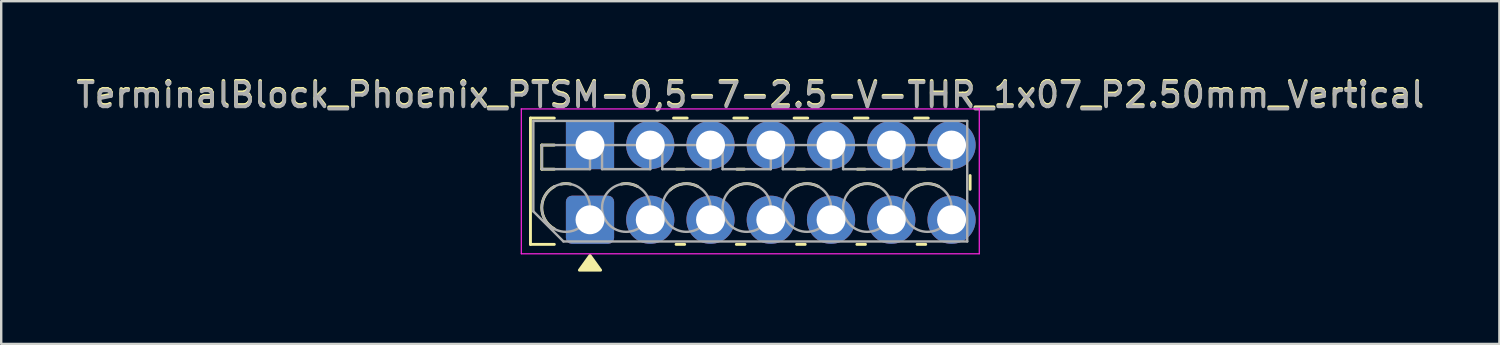
<source format=kicad_pcb>
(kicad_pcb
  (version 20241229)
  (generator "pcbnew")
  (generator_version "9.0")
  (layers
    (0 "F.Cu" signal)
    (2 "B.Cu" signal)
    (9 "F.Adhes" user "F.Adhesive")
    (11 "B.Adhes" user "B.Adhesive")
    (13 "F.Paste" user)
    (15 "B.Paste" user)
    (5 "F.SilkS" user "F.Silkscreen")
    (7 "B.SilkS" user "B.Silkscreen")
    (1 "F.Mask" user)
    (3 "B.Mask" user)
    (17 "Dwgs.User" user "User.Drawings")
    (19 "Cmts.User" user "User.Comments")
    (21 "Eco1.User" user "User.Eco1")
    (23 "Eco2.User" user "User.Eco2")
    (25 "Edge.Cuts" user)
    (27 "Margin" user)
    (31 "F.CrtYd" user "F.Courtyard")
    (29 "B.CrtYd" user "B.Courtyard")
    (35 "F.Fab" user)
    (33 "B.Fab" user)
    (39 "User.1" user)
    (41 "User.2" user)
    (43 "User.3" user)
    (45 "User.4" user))
  (footprint "TerminalBlock_Phoenix_PTSM-0,5-7-2.5-V-THR_1x07_P2.50mm_Vertical"
    (layer "F.Cu")
    (at 21.427 6.068)
    (property "Reference" "TerminalBlock_Phoenix_PTSM-0,5-7-2.5-V-THR_1x07_P2.50mm_Vertical" (at 6.65 -5.22 0) (layer "F.SilkS") (effects (font (size 1 1) (thickness 0.15))))
    (attr through_hole)
    (fp_line (start -2.47 -4.22) (end -1.48 -4.22) (stroke (width 0.12) (type solid)) (layer "F.SilkS"))
    (fp_line (start -2.47 1.02) (end -2.47 -4.22) (stroke (width 0.12) (type solid)) (layer "F.SilkS"))
    (fp_line (start -2 -3.1) (end -1.48 -3.1) (stroke (width 0.12) (type solid)) (layer "F.SilkS"))
    (fp_line (start -2 -2.1) (end -2 -3.1) (stroke (width 0.12) (type solid)) (layer "F.SilkS"))
    (fp_line (start -1.48 -2.1) (end -2 -2.1) (stroke (width 0.12) (type solid)) (layer "F.SilkS"))
    (fp_line (start -1.48 1.02) (end -2.47 1.02) (stroke (width 0.12) (type solid)) (layer "F.SilkS"))
    (fp_line (start 3.467 -4.22) (end 4.033 -4.22) (stroke (width 0.12) (type solid)) (layer "F.SilkS"))
    (fp_line (start 3.909 -2.1) (end 3.591 -2.1) (stroke (width 0.12) (type solid)) (layer "F.SilkS"))
    (fp_line (start 3.928 1.02) (end 3.572 1.02) (stroke (width 0.12) (type solid)) (layer "F.SilkS"))
    (fp_line (start 5.967 -4.22) (end 6.533 -4.22) (stroke (width 0.12) (type solid)) (layer "F.SilkS"))
    (fp_line (start 6.409 -2.1) (end 6.091 -2.1) (stroke (width 0.12) (type solid)) (layer "F.SilkS"))
    (fp_line (start 6.428 1.02) (end 6.072 1.02) (stroke (width 0.12) (type solid)) (layer "F.SilkS"))
    (fp_line (start 8.467 -4.22) (end 9.033 -4.22) (stroke (width 0.12) (type solid)) (layer "F.SilkS"))
    (fp_line (start 8.909 -2.1) (end 8.591 -2.1) (stroke (width 0.12) (type solid)) (layer "F.SilkS"))
    (fp_line (start 8.928 1.02) (end 8.572 1.02) (stroke (width 0.12) (type solid)) (layer "F.SilkS"))
    (fp_line (start 10.967 -4.22) (end 11.533 -4.22) (stroke (width 0.12) (type solid)) (layer "F.SilkS"))
    (fp_line (start 11.409 -2.1) (end 11.091 -2.1) (stroke (width 0.12) (type solid)) (layer "F.SilkS"))
    (fp_line (start 11.428 1.02) (end 11.072 1.02) (stroke (width 0.12) (type solid)) (layer "F.SilkS"))
    (fp_line (start 13.467 -4.22) (end 14.033 -4.22) (stroke (width 0.12) (type solid)) (layer "F.SilkS"))
    (fp_line (start 13.909 -2.1) (end 13.591 -2.1) (stroke (width 0.12) (type solid)) (layer "F.SilkS"))
    (fp_line (start 13.928 1.02) (end 13.572 1.02) (stroke (width 0.12) (type solid)) (layer "F.SilkS"))
    (fp_line (start 15.77 -1.836) (end 15.77 -1.264) (stroke (width 0.12) (type solid)) (layer "F.SilkS"))
    (fp_arc (start -1.48 0.377) (mid -2 -0.5) (end -1.48 -1.377) (stroke (width 0.12) (type solid)) (layer "F.SilkS"))
    (fp_arc (start -1.199 -1.48) (mid -1 -1.5) (end -0.801 -1.48) (stroke (width 0.12) (type solid)) (layer "F.SilkS"))
    (fp_arc (start 1.301 -1.48) (mid 1.644617 -1.48991) (end 1.971 -1.382) (stroke (width 0.12) (type solid)) (layer "F.SilkS"))
    (fp_arc (start 3.319 -1.233) (mid 3.871134 -1.492017) (end 4.471 -1.382) (stroke (width 0.12) (type solid)) (layer "F.SilkS"))
    (fp_arc (start 5.819 -1.233) (mid 6.371134 -1.492017) (end 6.971 -1.382) (stroke (width 0.12) (type solid)) (layer "F.SilkS"))
    (fp_arc (start 8.319 -1.233) (mid 8.871134 -1.492017) (end 9.471 -1.382) (stroke (width 0.12) (type solid)) (layer "F.SilkS"))
    (fp_arc (start 10.819 -1.233) (mid 11.371134 -1.492017) (end 11.971 -1.382) (stroke (width 0.12) (type solid)) (layer "F.SilkS"))
    (fp_arc (start 13.319 -1.233) (mid 13.871134 -1.492017) (end 14.471 -1.382) (stroke (width 0.12) (type solid)) (layer "F.SilkS"))
    (fp_poly (pts (xy 0 1.48) (xy 0.44 2.09) (xy -0.44 2.09)) (stroke (width 0.12) (type solid)) (fill yes) (layer "F.SilkS"))
    (fp_line (start -2.85 -4.6) (end -2.85 1.41) (stroke (width 0.05) (type solid)) (layer "F.CrtYd"))
    (fp_line (start -2.85 1.41) (end 16.15 1.41) (stroke (width 0.05) (type solid)) (layer "F.CrtYd"))
    (fp_line (start 16.15 -4.6) (end -2.85 -4.6) (stroke (width 0.05) (type solid)) (layer "F.CrtYd"))
    (fp_line (start 16.15 1.41) (end 16.15 -4.6) (stroke (width 0.05) (type solid)) (layer "F.CrtYd"))
    (fp_line (start -2.35 -4.1) (end 15.65 -4.1) (stroke (width 0.1) (type solid)) (layer "F.Fab"))
    (fp_line (start -2.35 -0.35) (end -2.35 -4.1) (stroke (width 0.1) (type solid)) (layer "F.Fab"))
    (fp_line (start -2 -3.1) (end -2 -2.1) (stroke (width 0.1) (type solid)) (layer "F.Fab"))
    (fp_line (start -2 -2.1) (end 0 -2.1) (stroke (width 0.1) (type solid)) (layer "F.Fab"))
    (fp_line (start -1.1 0.9) (end -2.35 -0.35) (stroke (width 0.1) (type solid)) (layer "F.Fab"))
    (fp_line (start 0 -3.1) (end -2 -3.1) (stroke (width 0.1) (type solid)) (layer "F.Fab"))
    (fp_line (start 0 -2.1) (end 0 -3.1) (stroke (width 0.1) (type solid)) (layer "F.Fab"))
    (fp_line (start 0.5 -3.1) (end 0.5 -2.1) (stroke (width 0.1) (type solid)) (layer "F.Fab"))
    (fp_line (start 0.5 -2.1) (end 2.5 -2.1) (stroke (width 0.1) (type solid)) (layer "F.Fab"))
    (fp_line (start 2.5 -3.1) (end 0.5 -3.1) (stroke (width 0.1) (type solid)) (layer "F.Fab"))
    (fp_line (start 2.5 -2.1) (end 2.5 -3.1) (stroke (width 0.1) (type solid)) (layer "F.Fab"))
    (fp_line (start 3 -3.1) (end 3 -2.1) (stroke (width 0.1) (type solid)) (layer "F.Fab"))
    (fp_line (start 3 -2.1) (end 5 -2.1) (stroke (width 0.1) (type solid)) (layer "F.Fab"))
    (fp_line (start 5 -3.1) (end 3 -3.1) (stroke (width 0.1) (type solid)) (layer "F.Fab"))
    (fp_line (start 5 -2.1) (end 5 -3.1) (stroke (width 0.1) (type solid)) (layer "F.Fab"))
    (fp_line (start 5.5 -3.1) (end 5.5 -2.1) (stroke (width 0.1) (type solid)) (layer "F.Fab"))
    (fp_line (start 5.5 -2.1) (end 7.5 -2.1) (stroke (width 0.1) (type solid)) (layer "F.Fab"))
    (fp_line (start 7.5 -3.1) (end 5.5 -3.1) (stroke (width 0.1) (type solid)) (layer "F.Fab"))
    (fp_line (start 7.5 -2.1) (end 7.5 -3.1) (stroke (width 0.1) (type solid)) (layer "F.Fab"))
    (fp_line (start 8 -3.1) (end 8 -2.1) (stroke (width 0.1) (type solid)) (layer "F.Fab"))
    (fp_line (start 8 -2.1) (end 10 -2.1) (stroke (width 0.1) (type solid)) (layer "F.Fab"))
    (fp_line (start 10 -3.1) (end 8 -3.1) (stroke (width 0.1) (type solid)) (layer "F.Fab"))
    (fp_line (start 10 -2.1) (end 10 -3.1) (stroke (width 0.1) (type solid)) (layer "F.Fab"))
    (fp_line (start 10.5 -3.1) (end 10.5 -2.1) (stroke (width 0.1) (type solid)) (layer "F.Fab"))
    (fp_line (start 10.5 -2.1) (end 12.5 -2.1) (stroke (width 0.1) (type solid)) (layer "F.Fab"))
    (fp_line (start 12.5 -3.1) (end 10.5 -3.1) (stroke (width 0.1) (type solid)) (layer "F.Fab"))
    (fp_line (start 12.5 -2.1) (end 12.5 -3.1) (stroke (width 0.1) (type solid)) (layer "F.Fab"))
    (fp_line (start 13 -3.1) (end 13 -2.1) (stroke (width 0.1) (type solid)) (layer "F.Fab"))
    (fp_line (start 13 -2.1) (end 15 -2.1) (stroke (width 0.1) (type solid)) (layer "F.Fab"))
    (fp_line (start 15 -3.1) (end 13 -3.1) (stroke (width 0.1) (type solid)) (layer "F.Fab"))
    (fp_line (start 15 -2.1) (end 15 -3.1) (stroke (width 0.1) (type solid)) (layer "F.Fab"))
    (fp_line (start 15.65 -4.1) (end 15.65 0.9) (stroke (width 0.1) (type solid)) (layer "F.Fab"))
    (fp_line (start 15.65 0.9) (end -1.1 0.9) (stroke (width 0.1) (type solid)) (layer "F.Fab"))
    (fp_circle (center -1 -0.5) (end 0 -0.5) (stroke (width 0.1) (type solid)) (fill no) (layer "F.Fab"))
    (fp_circle (center 1.5 -0.5) (end 2.5 -0.5) (stroke (width 0.1) (type solid)) (fill no) (layer "F.Fab"))
    (fp_circle (center 4 -0.5) (end 5 -0.5) (stroke (width 0.1) (type solid)) (fill no) (layer "F.Fab"))
    (fp_circle (center 6.5 -0.5) (end 7.5 -0.5) (stroke (width 0.1) (type solid)) (fill no) (layer "F.Fab"))
    (fp_circle (center 9 -0.5) (end 10 -0.5) (stroke (width 0.1) (type solid)) (fill no) (layer "F.Fab"))
    (fp_circle (center 11.5 -0.5) (end 12.5 -0.5) (stroke (width 0.1) (type solid)) (fill no) (layer "F.Fab"))
    (fp_circle (center 14 -0.5) (end 15 -0.5) (stroke (width 0.1) (type solid)) (fill no) (layer "F.Fab"))
    (fp_text user "${REFERENCE}" (at 6.65 -5.16 0) (layer "F.Fab") (effects (font (size 1 1) (thickness 0.15))))
    (pad "1" thru_hole rect (at 0 -3.1) (size 2 2) (drill 1.2) (layers "*.Cu" "*.Mask"))
    (pad "1" thru_hole roundrect (at 0 0) (size 2 2) (drill 1.2) (layers "*.Cu" "*.Mask") (roundrect_rratio 0.125))
    (pad "2" thru_hole circle (at 2.5 -3.1) (size 2 2) (drill 1.2) (layers "*.Cu" "*.Mask"))
    (pad "2" thru_hole circle (at 2.5 0) (size 2 2) (drill 1.2) (layers "*.Cu" "*.Mask"))
    (pad "3" thru_hole circle (at 5 -3.1) (size 2 2) (drill 1.2) (layers "*.Cu" "*.Mask"))
    (pad "3" thru_hole circle (at 5 0) (size 2 2) (drill 1.2) (layers "*.Cu" "*.Mask"))
    (pad "4" thru_hole circle (at 7.5 -3.1) (size 2 2) (drill 1.2) (layers "*.Cu" "*.Mask"))
    (pad "4" thru_hole circle (at 7.5 0) (size 2 2) (drill 1.2) (layers "*.Cu" "*.Mask"))
    (pad "5" thru_hole circle (at 10 -3.1) (size 2 2) (drill 1.2) (layers "*.Cu" "*.Mask"))
    (pad "5" thru_hole circle (at 10 0) (size 2 2) (drill 1.2) (layers "*.Cu" "*.Mask"))
    (pad "6" thru_hole circle (at 12.5 -3.1) (size 2 2) (drill 1.2) (layers "*.Cu" "*.Mask"))
    (pad "6" thru_hole circle (at 12.5 0) (size 2 2) (drill 1.2) (layers "*.Cu" "*.Mask"))
    (pad "7" thru_hole circle (at 15 -3.1) (size 2 2) (drill 1.2) (layers "*.Cu" "*.Mask"))
    (pad "7" thru_hole circle (at 15 0) (size 2 2) (drill 1.2) (layers "*.Cu" "*.Mask")))
  (gr_rect
    (start -3 -3)
    (end 59.155 11.218)
    (stroke (width 0.1) (type default))
    (fill no)
    (layer "Edge.Cuts")))
</source>
